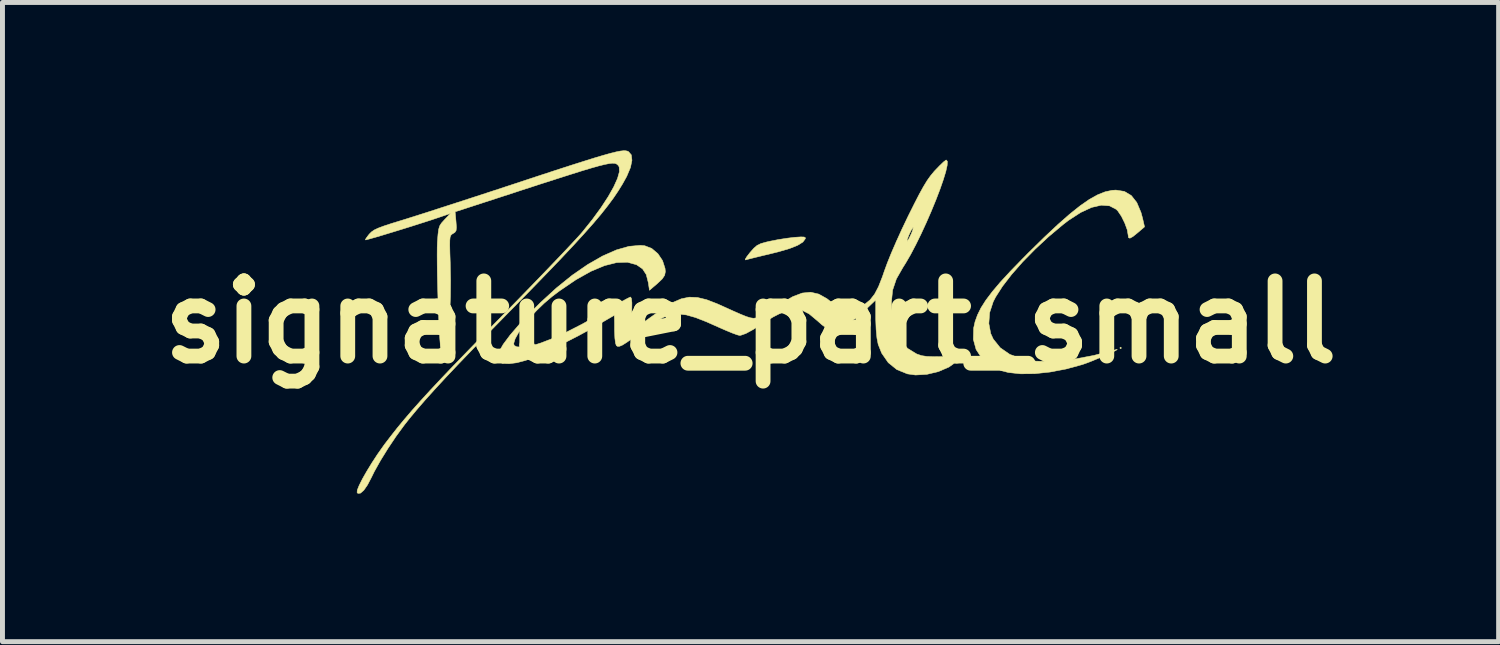
<source format=kicad_pcb>
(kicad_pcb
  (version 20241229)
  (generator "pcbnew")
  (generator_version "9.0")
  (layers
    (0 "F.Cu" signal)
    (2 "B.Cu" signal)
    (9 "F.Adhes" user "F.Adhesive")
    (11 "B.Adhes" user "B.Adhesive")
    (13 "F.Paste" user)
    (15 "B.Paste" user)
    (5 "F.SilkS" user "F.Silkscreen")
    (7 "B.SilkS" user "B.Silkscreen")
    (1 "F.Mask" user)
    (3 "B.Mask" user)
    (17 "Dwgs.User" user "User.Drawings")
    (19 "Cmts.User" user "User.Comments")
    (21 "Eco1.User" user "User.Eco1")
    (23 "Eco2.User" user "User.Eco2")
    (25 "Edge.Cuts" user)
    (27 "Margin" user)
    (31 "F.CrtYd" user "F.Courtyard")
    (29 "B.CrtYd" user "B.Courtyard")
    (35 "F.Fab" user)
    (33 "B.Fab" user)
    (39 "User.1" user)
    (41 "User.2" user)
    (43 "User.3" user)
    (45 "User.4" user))
  (footprint "signature_part_small"
    (layer "F.Cu")
    (at 12.163 3.478)
    (property "Reference" "signature_part_small" (at 0 0 0) (layer "F.SilkS") (effects (font (size 1.524 1.524) (thickness 0.3))))
    (attr through_hole)
    (fp_poly (pts (xy 7.518 0.525) (xy 7.501 0.542) (xy 7.485 0.525) (xy 7.501 0.508) (xy 7.518 0.525)) (stroke (width 0.01) (type solid)) (fill yes) (layer "F.SilkS"))
    (fp_poly (pts (xy 1.086 -1.724) (xy 1.112 -1.709) (xy 1.111 -1.69) (xy 1.061 -1.622) (xy 0.955 -1.556) (xy 0.789 -1.49) (xy 0.56 -1.423) (xy 0.414 -1.387) (xy 0.242 -1.346) (xy 0.091 -1.309) (xy -0.025 -1.28) (xy -0.093 -1.262) (xy -0.102 -1.259) (xy -0.108 -1.272) (xy -0.076 -1.325) (xy -0.013 -1.406) (xy -0.01 -1.41) (xy 0.067 -1.497) (xy 0.133 -1.554) (xy 0.21 -1.591) (xy 0.321 -1.622) (xy 0.396 -1.639) (xy 0.564 -1.672) (xy 0.745 -1.7) (xy 0.894 -1.718) (xy 1.018 -1.726) (xy 1.086 -1.724)) (stroke (width 0.01) (type solid)) (fill yes) (layer "F.SilkS"))
    (fp_poly (pts (xy 7.577 -2.648) (xy 7.717 -2.565) (xy 7.829 -2.423) (xy 7.914 -2.222) (xy 7.945 -2.108) (xy 7.986 -1.93) (xy 7.848 -1.812) (xy 7.75 -1.733) (xy 7.69 -1.7) (xy 7.661 -1.711) (xy 7.654 -1.76) (xy 7.635 -1.871) (xy 7.585 -2.007) (xy 7.518 -2.143) (xy 7.445 -2.251) (xy 7.412 -2.285) (xy 7.276 -2.356) (xy 7.109 -2.369) (xy 6.913 -2.324) (xy 6.691 -2.221) (xy 6.444 -2.061) (xy 6.33 -1.973) (xy 6.04 -1.73) (xy 5.766 -1.475) (xy 5.513 -1.217) (xy 5.29 -0.963) (xy 5.106 -0.724) (xy 4.967 -0.507) (xy 4.918 -0.411) (xy 4.846 -0.191) (xy 4.83 0.029) (xy 4.868 0.233) (xy 4.919 0.344) (xy 5.061 0.521) (xy 5.255 0.655) (xy 5.499 0.746) (xy 5.792 0.793) (xy 6.133 0.798) (xy 6.521 0.759) (xy 6.955 0.677) (xy 7.4 0.561) (xy 7.434 0.554) (xy 7.415 0.569) (xy 7.356 0.6) (xy 7.265 0.642) (xy 7.153 0.692) (xy 7.031 0.743) (xy 6.91 0.793) (xy 6.8 0.835) (xy 6.723 0.862) (xy 6.396 0.951) (xy 6.071 1.013) (xy 5.759 1.046) (xy 5.473 1.049) (xy 5.225 1.022) (xy 5.087 0.986) (xy 4.86 0.878) (xy 4.687 0.733) (xy 4.572 0.556) (xy 4.516 0.351) (xy 4.522 0.122) (xy 4.551 -0.009) (xy 4.601 -0.147) (xy 4.672 -0.29) (xy 4.77 -0.444) (xy 4.899 -0.615) (xy 5.063 -0.809) (xy 5.269 -1.032) (xy 5.52 -1.29) (xy 5.636 -1.407) (xy 5.95 -1.715) (xy 6.226 -1.974) (xy 6.468 -2.187) (xy 6.681 -2.357) (xy 6.868 -2.487) (xy 7.036 -2.58) (xy 7.187 -2.64) (xy 7.326 -2.67) (xy 7.406 -2.675) (xy 7.577 -2.648)) (stroke (width 0.01) (type solid)) (fill yes) (layer "F.SilkS"))
    (fp_poly (pts (xy -2.529 -3.472) (xy -2.493 -3.464) (xy -2.474 -3.455) (xy -2.417 -3.389) (xy -2.404 -3.279) (xy -2.434 -3.133) (xy -2.507 -2.96) (xy -2.517 -2.94) (xy -2.594 -2.801) (xy -2.681 -2.66) (xy -2.78 -2.513) (xy -2.896 -2.357) (xy -3.031 -2.186) (xy -3.19 -1.998) (xy -3.377 -1.788) (xy -3.594 -1.551) (xy -3.845 -1.284) (xy -4.134 -0.983) (xy -4.464 -0.643) (xy -4.839 -0.261) (xy -4.869 -0.231) (xy -5.259 0.167) (xy -5.604 0.521) (xy -5.907 0.836) (xy -6.171 1.115) (xy -6.4 1.363) (xy -6.597 1.582) (xy -6.766 1.777) (xy -6.91 1.95) (xy -7.015 2.083) (xy -7.183 2.313) (xy -7.348 2.559) (xy -7.499 2.803) (xy -7.624 3.026) (xy -7.688 3.156) (xy -7.764 3.301) (xy -7.838 3.408) (xy -7.905 3.467) (xy -7.957 3.473) (xy -7.975 3.456) (xy -7.971 3.406) (xy -7.933 3.311) (xy -7.868 3.181) (xy -7.78 3.026) (xy -7.676 2.856) (xy -7.562 2.681) (xy -7.442 2.511) (xy -7.413 2.471) (xy -7.288 2.308) (xy -7.159 2.144) (xy -7.019 1.975) (xy -6.865 1.795) (xy -6.693 1.602) (xy -6.498 1.389) (xy -6.276 1.152) (xy -6.023 0.886) (xy -5.734 0.588) (xy -5.406 0.251) (xy -5.033 -0.128) (xy -5.026 -0.136) (xy -4.766 -0.4) (xy -4.514 -0.659) (xy -4.273 -0.908) (xy -4.05 -1.14) (xy -3.85 -1.349) (xy -3.678 -1.531) (xy -3.54 -1.679) (xy -3.441 -1.788) (xy -3.406 -1.829) (xy -3.205 -2.08) (xy -3.031 -2.319) (xy -2.885 -2.542) (xy -2.773 -2.741) (xy -2.696 -2.912) (xy -2.658 -3.048) (xy -2.663 -3.143) (xy -2.677 -3.169) (xy -2.698 -3.191) (xy -2.723 -3.208) (xy -2.756 -3.218) (xy -2.804 -3.22) (xy -2.87 -3.212) (xy -2.959 -3.194) (xy -3.077 -3.165) (xy -3.229 -3.122) (xy -3.419 -3.065) (xy -3.651 -2.992) (xy -3.933 -2.902) (xy -4.267 -2.795) (xy -4.658 -2.668) (xy -4.797 -2.622) (xy -5.988 -2.235) (xy -5.97 -2.036) (xy -5.962 -1.922) (xy -5.968 -1.856) (xy -5.993 -1.818) (xy -6.029 -1.795) (xy -6.057 -1.778) (xy -6.077 -1.755) (xy -6.09 -1.717) (xy -6.096 -1.653) (xy -6.097 -1.552) (xy -6.094 -1.405) (xy -6.087 -1.201) (xy -6.087 -1.185) (xy -6.08 -0.841) (xy -6.083 -0.517) (xy -6.095 -0.223) (xy -6.115 0.032) (xy -6.144 0.241) (xy -6.18 0.393) (xy -6.19 0.421) (xy -6.23 0.513) (xy -6.258 0.546) (xy -6.277 0.526) (xy -6.287 0.47) (xy -6.297 0.356) (xy -6.307 0.195) (xy -6.317 -0.002) (xy -6.327 -0.225) (xy -6.335 -0.463) (xy -6.342 -0.707) (xy -6.348 -0.944) (xy -6.351 -1.166) (xy -6.352 -1.361) (xy -6.351 -1.519) (xy -6.347 -1.626) (xy -6.335 -1.777) (xy -6.322 -1.879) (xy -6.301 -1.949) (xy -6.266 -2.005) (xy -6.211 -2.066) (xy -6.203 -2.075) (xy -6.081 -2.202) (xy -6.334 -2.116) (xy -6.489 -2.064) (xy -6.671 -2.006) (xy -6.868 -1.943) (xy -7.07 -1.88) (xy -7.266 -1.82) (xy -7.447 -1.765) (xy -7.602 -1.719) (xy -7.72 -1.686) (xy -7.791 -1.667) (xy -7.807 -1.666) (xy -7.794 -1.696) (xy -7.749 -1.757) (xy -7.727 -1.784) (xy -7.684 -1.827) (xy -7.628 -1.866) (xy -7.548 -1.904) (xy -7.433 -1.947) (xy -7.272 -2) (xy -7.112 -2.049) (xy -6.979 -2.09) (xy -6.79 -2.15) (xy -6.553 -2.225) (xy -6.276 -2.315) (xy -5.967 -2.415) (xy -5.634 -2.523) (xy -5.285 -2.637) (xy -4.929 -2.754) (xy -4.758 -2.81) (xy -4.329 -2.952) (xy -3.96 -3.073) (xy -3.645 -3.175) (xy -3.38 -3.259) (xy -3.16 -3.328) (xy -2.981 -3.381) (xy -2.838 -3.421) (xy -2.726 -3.449) (xy -2.64 -3.466) (xy -2.576 -3.473) (xy -2.529 -3.472)) (stroke (width 0.01) (type solid)) (fill yes) (layer "F.SilkS"))
    (fp_poly (pts (xy 3.99 -3.256) (xy 3.985 -3.174) (xy 3.957 -3.048) (xy 3.907 -2.885) (xy 3.84 -2.692) (xy 3.758 -2.478) (xy 3.665 -2.251) (xy 3.564 -2.019) (xy 3.458 -1.789) (xy 3.35 -1.569) (xy 3.244 -1.367) (xy 3.142 -1.192) (xy 3.086 -1.103) (xy 2.956 -0.875) (xy 2.88 -0.649) (xy 2.855 -0.406) (xy 2.875 -0.131) (xy 2.937 0.144) (xy 3.04 0.366) (xy 3.183 0.534) (xy 3.368 0.647) (xy 3.468 0.681) (xy 3.57 0.696) (xy 3.717 0.702) (xy 3.886 0.7) (xy 4.056 0.689) (xy 4.204 0.671) (xy 4.267 0.659) (xy 4.306 0.654) (xy 4.306 0.672) (xy 4.263 0.721) (xy 4.194 0.788) (xy 4.021 0.912) (xy 3.807 1.004) (xy 3.573 1.06) (xy 3.343 1.073) (xy 3.179 1.05) (xy 2.965 0.963) (xy 2.791 0.822) (xy 2.658 0.63) (xy 2.587 0.452) (xy 2.562 0.325) (xy 2.545 0.148) (xy 2.537 -0.059) (xy 2.537 -0.08) (xy 2.537 -0.448) (xy 2.327 -0.247) (xy 2.132 -0.075) (xy 1.961 0.044) (xy 1.803 0.114) (xy 1.649 0.14) (xy 1.582 0.139) (xy 1.528 0.115) (xy 1.445 0.054) (xy 1.362 -0.02) (xy 1.187 -0.166) (xy 1.025 -0.249) (xy 0.89 -0.271) (xy 0.781 -0.25) (xy 0.633 -0.193) (xy 0.461 -0.105) (xy 0.278 0.006) (xy 0.247 0.027) (xy 0.052 0.152) (xy -0.095 0.232) (xy -0.198 0.268) (xy -0.223 0.271) (xy -0.276 0.257) (xy -0.374 0.221) (xy -0.504 0.167) (xy -0.623 0.115) (xy -0.893 -0.005) (xy -1.115 -0.092) (xy -1.302 -0.145) (xy -1.464 -0.164) (xy -1.612 -0.149) (xy -1.76 -0.098) (xy -1.919 -0.011) (xy -2.099 0.112) (xy -2.218 0.199) (xy -2.386 0.324) (xy -2.509 0.411) (xy -2.596 0.466) (xy -2.655 0.491) (xy -2.694 0.493) (xy -2.72 0.477) (xy -2.737 0.427) (xy -2.75 0.326) (xy -2.756 0.191) (xy -2.757 0.152) (xy -2.757 0.022) (xy -2.759 -0.077) (xy -2.762 -0.131) (xy -2.763 -0.135) (xy -2.793 -0.119) (xy -2.869 -0.075) (xy -2.979 -0.011) (xy -3.087 0.053) (xy -3.275 0.161) (xy -3.491 0.278) (xy -3.723 0.397) (xy -3.955 0.512) (xy -4.175 0.616) (xy -4.368 0.702) (xy -4.521 0.763) (xy -4.562 0.778) (xy -4.737 0.824) (xy -4.895 0.844) (xy -5.022 0.838) (xy -5.104 0.806) (xy -5.113 0.797) (xy -5.134 0.719) (xy -5.1 0.603) (xy -5.013 0.451) (xy -4.872 0.262) (xy -4.68 0.039) (xy -4.435 -0.219) (xy -4.26 -0.393) (xy -3.935 -0.691) (xy -3.614 -0.95) (xy -3.301 -1.166) (xy -3.001 -1.338) (xy -2.72 -1.462) (xy -2.463 -1.535) (xy -2.234 -1.555) (xy -2.145 -1.547) (xy -2.003 -1.492) (xy -1.878 -1.386) (xy -1.784 -1.246) (xy -1.733 -1.088) (xy -1.727 -1.02) (xy -1.741 -0.948) (xy -1.79 -0.875) (xy -1.886 -0.784) (xy -1.888 -0.782) (xy -2.049 -0.644) (xy -2.072 -0.798) (xy -2.114 -0.963) (xy -2.189 -1.078) (xy -2.308 -1.16) (xy -2.314 -1.163) (xy -2.496 -1.213) (xy -2.713 -1.206) (xy -2.96 -1.144) (xy -3.237 -1.028) (xy -3.541 -0.857) (xy -3.869 -0.634) (xy -4.024 -0.517) (xy -4.183 -0.382) (xy -4.338 -0.232) (xy -4.481 -0.076) (xy -4.606 0.077) (xy -4.705 0.219) (xy -4.772 0.34) (xy -4.8 0.432) (xy -4.793 0.473) (xy -4.738 0.502) (xy -4.634 0.506) (xy -4.493 0.488) (xy -4.329 0.449) (xy -4.247 0.423) (xy -4.011 0.332) (xy -3.731 0.204) (xy -3.414 0.042) (xy -3.07 -0.15) (xy -2.889 -0.256) (xy -2.736 -0.346) (xy -2.603 -0.421) (xy -2.501 -0.476) (xy -2.441 -0.505) (xy -2.432 -0.508) (xy -2.414 -0.477) (xy -2.405 -0.391) (xy -2.406 -0.296) (xy -2.411 -0.102) (xy -2.408 0.03) (xy -2.396 0.107) (xy -2.374 0.135) (xy -2.371 0.135) (xy -2.332 0.116) (xy -2.251 0.064) (xy -2.14 -0.014) (xy -2.01 -0.108) (xy -2.005 -0.111) (xy -1.774 -0.276) (xy -1.579 -0.396) (xy -1.405 -0.471) (xy -1.242 -0.505) (xy -1.076 -0.498) (xy -0.893 -0.454) (xy -0.682 -0.373) (xy -0.57 -0.323) (xy -0.36 -0.228) (xy -0.203 -0.159) (xy -0.087 -0.112) (xy -0.003 -0.086) (xy 0.06 -0.077) (xy 0.111 -0.084) (xy 0.161 -0.104) (xy 0.211 -0.13) (xy 0.305 -0.183) (xy 0.433 -0.26) (xy 0.574 -0.348) (xy 0.638 -0.389) (xy 0.857 -0.516) (xy 1.047 -0.588) (xy 1.218 -0.605) (xy 1.382 -0.567) (xy 1.547 -0.475) (xy 1.655 -0.39) (xy 1.784 -0.287) (xy 1.887 -0.231) (xy 1.981 -0.217) (xy 2.085 -0.242) (xy 2.185 -0.287) (xy 2.318 -0.363) (xy 2.425 -0.452) (xy 2.515 -0.567) (xy 2.595 -0.72) (xy 2.674 -0.922) (xy 2.712 -1.033) (xy 2.771 -1.194) (xy 2.854 -1.4) (xy 2.956 -1.635) (xy 2.958 -1.639) (xy 3.171 -1.639) (xy 3.179 -1.643) (xy 3.211 -1.693) (xy 3.253 -1.78) (xy 3.267 -1.812) (xy 3.293 -1.885) (xy 3.297 -1.917) (xy 3.29 -1.913) (xy 3.257 -1.863) (xy 3.215 -1.776) (xy 3.202 -1.744) (xy 3.175 -1.671) (xy 3.171 -1.639) (xy 2.958 -1.639) (xy 3.068 -1.882) (xy 3.185 -2.127) (xy 3.198 -2.154) (xy 3.321 -2.4) (xy 3.421 -2.594) (xy 3.505 -2.746) (xy 3.578 -2.866) (xy 3.646 -2.962) (xy 3.715 -3.046) (xy 3.743 -3.077) (xy 3.835 -3.172) (xy 3.911 -3.245) (xy 3.96 -3.282) (xy 3.968 -3.285) (xy 3.99 -3.256)) (stroke (width 0.01) (type solid)) (fill yes) (layer "F.SilkS")))
  (gr_rect
    (start -3 -3)
    (end 27.326 9.956)
    (stroke (width 0.1) (type default))
    (fill no)
    (layer "Edge.Cuts")))
</source>
